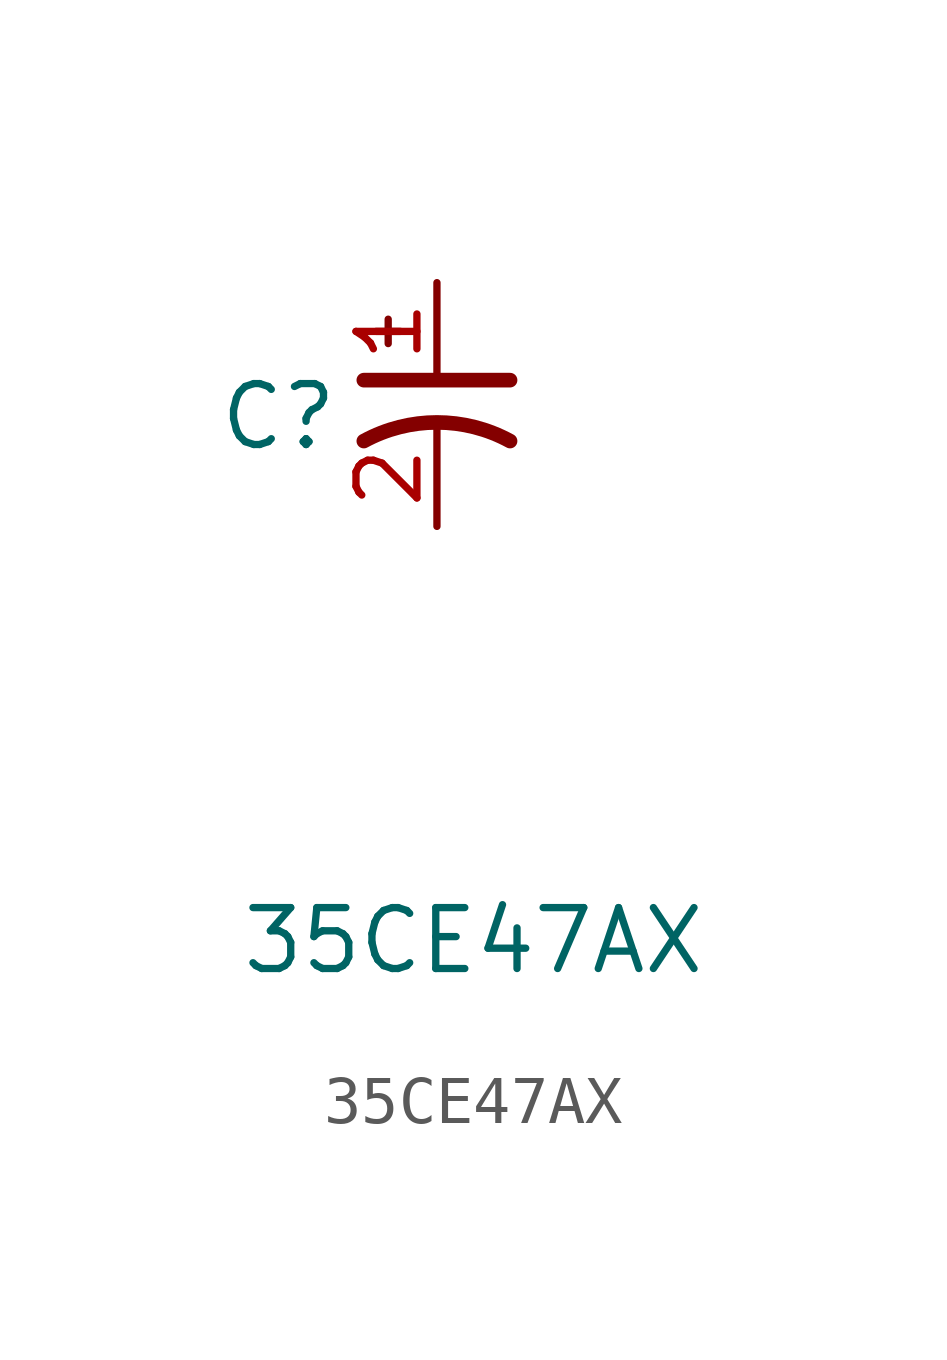
<source format=kicad_sym>
(kicad_symbol_lib
  (version 20220914)
  (generator kicad_symbol_editor)
  (symbol "35CE47AX"
    (pin_names hide)
    (property "Reference" "C"
      (at -3.302 -0.254 0)
      (effects (font (size 1.27 1.27))))
    (property "Value" "35CE47AX"
      (at 0.762 -11.176 0)
      (effects (font (size 1.27 1.27))))
    (symbol "35CE47AX_0_1"
      (polyline (pts (xy -1.524 0.508) (xy 1.524 0.508)) (stroke (width 0.305) (type default)) (fill (type none)))
      (polyline (pts (xy -1.27 1.524) (xy -0.762 1.524)) (stroke (width 0) (type default)) (fill (type none)))
      (polyline (pts (xy -1.016 1.27) (xy -1.016 1.778)) (stroke (width 0) (type default)) (fill (type none)))
      (arc (start 1.524 -0.762) (mid 0 -0.3734) (end -1.524 -0.762) (stroke (width 0.3048) (type default)) (fill (type none))))
    (symbol "35CE47AX_1_1"
      (pin passive line (at 0 2.54 270) (length 2.032) (name "~" (effects (font (size 1.27 1.27)))) (number "1" (effects (font (size 1.27 1.27)))))
      (pin passive line (at 0 -2.54 90) (length 2.032) (name "~" (effects (font (size 1.27 1.27)))) (number "2" (effects (font (size 1.27 1.27))))))))
</source>
